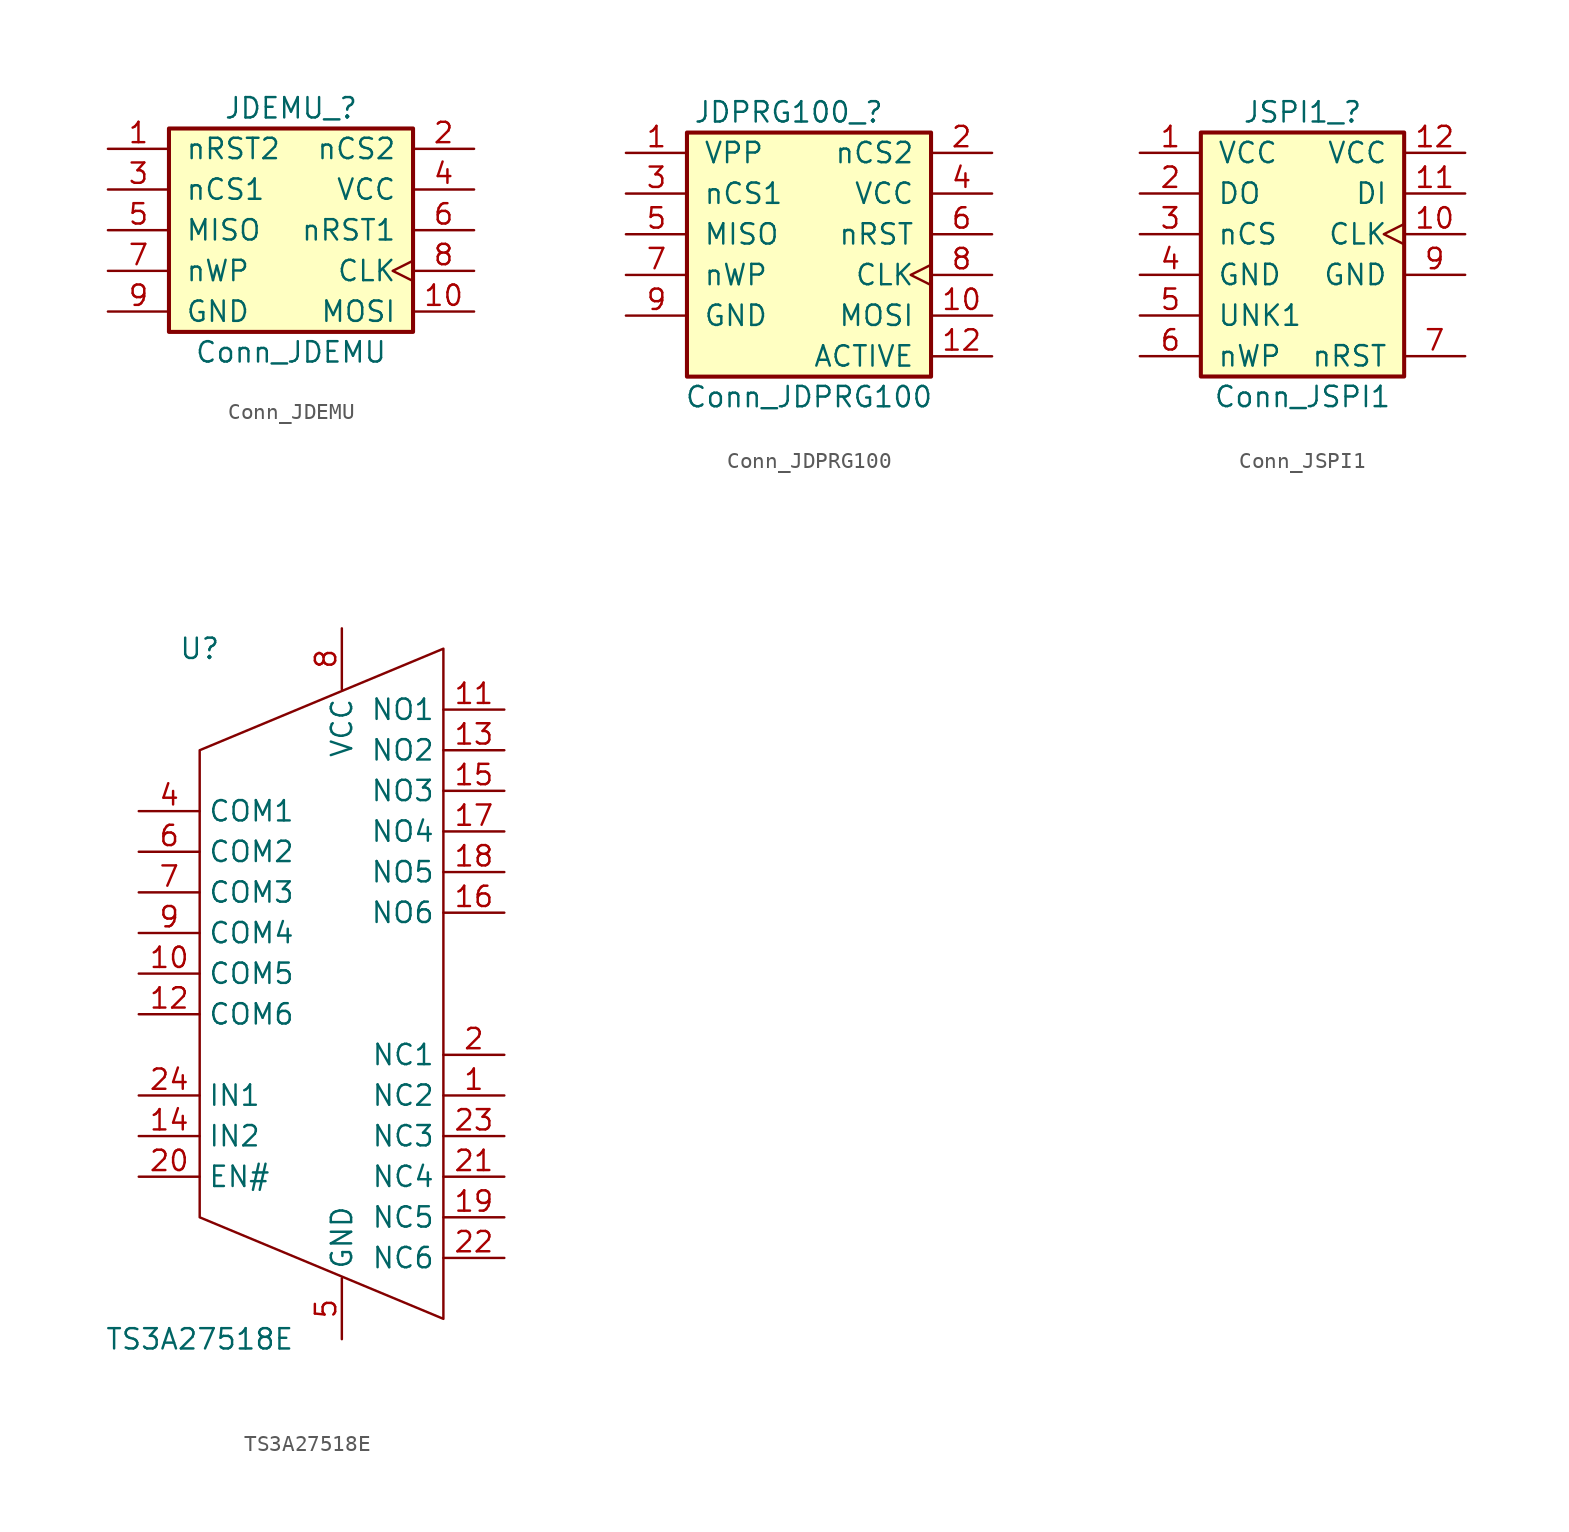
<source format=kicad_sym>
(kicad_symbol_lib
  (version 20220126)
  (generator kicad_symbol_editor)
  (symbol "Conn_JDEMU"
    (pin_names
      (offset 1.016))
    (property "Reference" "JDEMU_"
      (at 0 7.62 0)
      (effects (font (size 1.27 1.27))))
    (property "Value" "Conn_JDEMU"
      (at 0 -7.62 0)
      (effects (font (size 1.27 1.27))))
    (symbol "Conn_JDEMU_1_1"
      (rectangle (start -7.62 6.35) (end 7.62 -6.35) (stroke (width 0.254) (type default)) (fill (type background)))
      (pin bidirectional line (at -11.43 5.08 0) (length 3.81) (name "nRST2" (effects (font (size 1.27 1.27)))) (number "1" (effects (font (size 1.27 1.27)))))
      (pin bidirectional line (at 11.43 -5.08 180) (length 3.81) (name "MOSI" (effects (font (size 1.27 1.27)))) (number "10" (effects (font (size 1.27 1.27)))))
      (pin input line (at 11.43 5.08 180) (length 3.81) (name "nCS2" (effects (font (size 1.27 1.27)))) (number "2" (effects (font (size 1.27 1.27)))))
      (pin input line (at -11.43 2.54 0) (length 3.81) (name "nCS1" (effects (font (size 1.27 1.27)))) (number "3" (effects (font (size 1.27 1.27)))))
      (pin power_in line (at 11.43 2.54 180) (length 3.81) (name "VCC" (effects (font (size 1.27 1.27)))) (number "4" (effects (font (size 1.27 1.27)))))
      (pin bidirectional line (at -11.43 0 0) (length 3.81) (name "MISO" (effects (font (size 1.27 1.27)))) (number "5" (effects (font (size 1.27 1.27)))))
      (pin bidirectional line (at 11.43 0 180) (length 3.81) (name "nRST1" (effects (font (size 1.27 1.27)))) (number "6" (effects (font (size 1.27 1.27)))))
      (pin bidirectional line (at -11.43 -2.54 0) (length 3.81) (name "nWP" (effects (font (size 1.27 1.27)))) (number "7" (effects (font (size 1.27 1.27)))))
      (pin input clock (at 11.43 -2.54 180) (length 3.81) (name "CLK" (effects (font (size 1.27 1.27)))) (number "8" (effects (font (size 1.27 1.27)))))
      (pin power_in line (at -11.43 -5.08 0) (length 3.81) (name "GND" (effects (font (size 1.27 1.27)))) (number "9" (effects (font (size 1.27 1.27)))))))
  (symbol "Conn_JDPRG100"
    (pin_names
      (offset 1.016))
    (property "Reference" "JDPRG100_"
      (at -1.27 8.89 0)
      (effects (font (size 1.27 1.27))))
    (property "Value" "Conn_JDPRG100"
      (at 0 -8.89 0)
      (effects (font (size 1.27 1.27))))
    (symbol "Conn_JDPRG100_1_1"
      (rectangle (start -7.62 7.62) (end 7.62 -7.62) (stroke (width 0.254) (type default)) (fill (type background)))
      (pin power_out line (at -11.43 6.35 0) (length 3.81) (name "VPP" (effects (font (size 1.27 1.27)))) (number "1" (effects (font (size 1.27 1.27)))))
      (pin bidirectional line (at 11.43 -3.81 180) (length 3.81) (name "MOSI" (effects (font (size 1.27 1.27)))) (number "10" (effects (font (size 1.27 1.27)))))
      (pin no_connect line (at -11.43 -6.35 0) (length 3.81) hide (name "NC1" (effects (font (size 1.27 1.27)))) (number "11" (effects (font (size 1.27 1.27)))))
      (pin output line (at 11.43 -6.35 180) (length 3.81) (name "ACTIVE" (effects (font (size 1.27 1.27)))) (number "12" (effects (font (size 1.27 1.27)))))
      (pin output line (at 11.43 6.35 180) (length 3.81) (name "nCS2" (effects (font (size 1.27 1.27)))) (number "2" (effects (font (size 1.27 1.27)))))
      (pin output line (at -11.43 3.81 0) (length 3.81) (name "nCS1" (effects (font (size 1.27 1.27)))) (number "3" (effects (font (size 1.27 1.27)))))
      (pin power_out line (at 11.43 3.81 180) (length 3.81) (name "VCC" (effects (font (size 1.27 1.27)))) (number "4" (effects (font (size 1.27 1.27)))))
      (pin bidirectional line (at -11.43 1.27 0) (length 3.81) (name "MISO" (effects (font (size 1.27 1.27)))) (number "5" (effects (font (size 1.27 1.27)))))
      (pin bidirectional line (at 11.43 1.27 180) (length 3.81) (name "nRST" (effects (font (size 1.27 1.27)))) (number "6" (effects (font (size 1.27 1.27)))))
      (pin bidirectional line (at -11.43 -1.27 0) (length 3.81) (name "nWP" (effects (font (size 1.27 1.27)))) (number "7" (effects (font (size 1.27 1.27)))))
      (pin output clock (at 11.43 -1.27 180) (length 3.81) (name "CLK" (effects (font (size 1.27 1.27)))) (number "8" (effects (font (size 1.27 1.27)))))
      (pin power_in line (at -11.43 -3.81 0) (length 3.81) (name "GND" (effects (font (size 1.27 1.27)))) (number "9" (effects (font (size 1.27 1.27)))))))
  (symbol "Conn_JSPI1"
    (pin_names
      (offset 1.016))
    (property "Reference" "JSPI1_"
      (at 0 7.62 0)
      (effects (font (size 1.27 1.27))))
    (property "Value" "Conn_JSPI1"
      (at 0 -10.16 0)
      (effects (font (size 1.27 1.27))))
    (symbol "Conn_JSPI1_1_1"
      (rectangle (start -6.35 6.35) (end 6.35 -8.89) (stroke (width 0.254) (type default)) (fill (type background)))
      (pin power_in line (at -10.16 5.08 0) (length 3.81) (name "VCC" (effects (font (size 1.27 1.27)))) (number "1" (effects (font (size 1.27 1.27)))))
      (pin input clock (at 10.16 0 180) (length 3.81) (name "CLK" (effects (font (size 1.27 1.27)))) (number "10" (effects (font (size 1.27 1.27)))))
      (pin bidirectional line (at 10.16 2.54 180) (length 3.81) (name "DI" (effects (font (size 1.27 1.27)))) (number "11" (effects (font (size 1.27 1.27)))))
      (pin power_in line (at 10.16 5.08 180) (length 3.81) (name "VCC" (effects (font (size 1.27 1.27)))) (number "12" (effects (font (size 1.27 1.27)))))
      (pin bidirectional line (at -10.16 2.54 0) (length 3.81) (name "DO" (effects (font (size 1.27 1.27)))) (number "2" (effects (font (size 1.27 1.27)))))
      (pin input line (at -10.16 0 0) (length 3.81) (name "nCS" (effects (font (size 1.27 1.27)))) (number "3" (effects (font (size 1.27 1.27)))))
      (pin power_in line (at -10.16 -2.54 0) (length 3.81) (name "GND" (effects (font (size 1.27 1.27)))) (number "4" (effects (font (size 1.27 1.27)))))
      (pin unspecified line (at -10.16 -5.08 0) (length 3.81) (name "UNK1" (effects (font (size 1.27 1.27)))) (number "5" (effects (font (size 1.27 1.27)))))
      (pin bidirectional line (at -10.16 -7.62 0) (length 3.81) (name "nWP" (effects (font (size 1.27 1.27)))) (number "6" (effects (font (size 1.27 1.27)))))
      (pin bidirectional line (at 10.16 -7.62 180) (length 3.81) (name "nRST" (effects (font (size 1.27 1.27)))) (number "7" (effects (font (size 1.27 1.27)))))
      (pin no_connect line (at 10.16 -5.08 180) (length 3.81) hide (name "NP" (effects (font (size 1.27 1.27)))) (number "8" (effects (font (size 1.27 1.27)))))
      (pin power_in line (at 10.16 -2.54 180) (length 3.81) (name "GND" (effects (font (size 1.27 1.27)))) (number "9" (effects (font (size 1.27 1.27)))))))
  (symbol "TS3A27518E"
    (property "Reference" "U"
      (at -8.89 20.32 0)
      (effects (font (size 1.27 1.27))))
    (property "Value" "TS3A27518E"
      (at -8.89 -22.86 0)
      (effects (font (size 1.27 1.27))))
    (symbol "TS3A27518E_0_1"
      (polyline (pts (xy -8.89 -15.24) (xy -8.89 13.97) (xy 6.35 20.32) (xy 6.35 -21.59) (xy -8.89 -15.24)) (stroke (width 0) (type default)) (fill (type none))))
    (symbol "TS3A27518E_1_1"
      (pin bidirectional line (at 10.16 -7.62 180) (length 3.81) (name "NC2" (effects (font (size 1.27 1.27)))) (number "1" (effects (font (size 1.27 1.27)))))
      (pin bidirectional line (at -12.7 0 0) (length 3.81) (name "COM5" (effects (font (size 1.27 1.27)))) (number "10" (effects (font (size 1.27 1.27)))))
      (pin bidirectional line (at 10.16 16.51 180) (length 3.81) (name "NO1" (effects (font (size 1.27 1.27)))) (number "11" (effects (font (size 1.27 1.27)))))
      (pin bidirectional line (at -12.7 -2.54 0) (length 3.81) (name "COM6" (effects (font (size 1.27 1.27)))) (number "12" (effects (font (size 1.27 1.27)))))
      (pin bidirectional line (at 10.16 13.97 180) (length 3.81) (name "NO2" (effects (font (size 1.27 1.27)))) (number "13" (effects (font (size 1.27 1.27)))))
      (pin input line (at -12.7 -10.16 0) (length 3.81) (name "IN2" (effects (font (size 1.27 1.27)))) (number "14" (effects (font (size 1.27 1.27)))))
      (pin bidirectional line (at 10.16 11.43 180) (length 3.81) (name "NO3" (effects (font (size 1.27 1.27)))) (number "15" (effects (font (size 1.27 1.27)))))
      (pin bidirectional line (at 10.16 3.81 180) (length 3.81) (name "NO6" (effects (font (size 1.27 1.27)))) (number "16" (effects (font (size 1.27 1.27)))))
      (pin bidirectional line (at 10.16 8.89 180) (length 3.81) (name "NO4" (effects (font (size 1.27 1.27)))) (number "17" (effects (font (size 1.27 1.27)))))
      (pin bidirectional line (at 10.16 6.35 180) (length 3.81) (name "NO5" (effects (font (size 1.27 1.27)))) (number "18" (effects (font (size 1.27 1.27)))))
      (pin bidirectional line (at 10.16 -15.24 180) (length 3.81) (name "NC5" (effects (font (size 1.27 1.27)))) (number "19" (effects (font (size 1.27 1.27)))))
      (pin bidirectional line (at 10.16 -5.08 180) (length 3.81) (name "NC1" (effects (font (size 1.27 1.27)))) (number "2" (effects (font (size 1.27 1.27)))))
      (pin input line (at -12.7 -12.7 0) (length 3.81) (name "EN#" (effects (font (size 1.27 1.27)))) (number "20" (effects (font (size 1.27 1.27)))))
      (pin bidirectional line (at 10.16 -12.7 180) (length 3.81) (name "NC4" (effects (font (size 1.27 1.27)))) (number "21" (effects (font (size 1.27 1.27)))))
      (pin bidirectional line (at 10.16 -17.78 180) (length 3.81) (name "NC6" (effects (font (size 1.27 1.27)))) (number "22" (effects (font (size 1.27 1.27)))))
      (pin bidirectional line (at 10.16 -10.16 180) (length 3.81) (name "NC3" (effects (font (size 1.27 1.27)))) (number "23" (effects (font (size 1.27 1.27)))))
      (pin input line (at -12.7 -7.62 0) (length 3.81) (name "IN1" (effects (font (size 1.27 1.27)))) (number "24" (effects (font (size 1.27 1.27)))))
      (pin no_connect line (at 10.16 0 180) (length 3.81) hide (name "NotCon" (effects (font (size 1.27 1.27)))) (number "3" (effects (font (size 1.27 1.27)))))
      (pin bidirectional line (at -12.7 10.16 0) (length 3.81) (name "COM1" (effects (font (size 1.27 1.27)))) (number "4" (effects (font (size 1.27 1.27)))))
      (pin power_in line (at 0 -22.86 90) (length 3.81) (name "GND" (effects (font (size 1.27 1.27)))) (number "5" (effects (font (size 1.27 1.27)))))
      (pin bidirectional line (at -12.7 7.62 0) (length 3.81) (name "COM2" (effects (font (size 1.27 1.27)))) (number "6" (effects (font (size 1.27 1.27)))))
      (pin bidirectional line (at -12.7 5.08 0) (length 3.81) (name "COM3" (effects (font (size 1.27 1.27)))) (number "7" (effects (font (size 1.27 1.27)))))
      (pin power_in line (at 0 21.59 270) (length 3.81) (name "VCC" (effects (font (size 1.27 1.27)))) (number "8" (effects (font (size 1.27 1.27)))))
      (pin bidirectional line (at -12.7 2.54 0) (length 3.81) (name "COM4" (effects (font (size 1.27 1.27)))) (number "9" (effects (font (size 1.27 1.27))))))))
</source>
